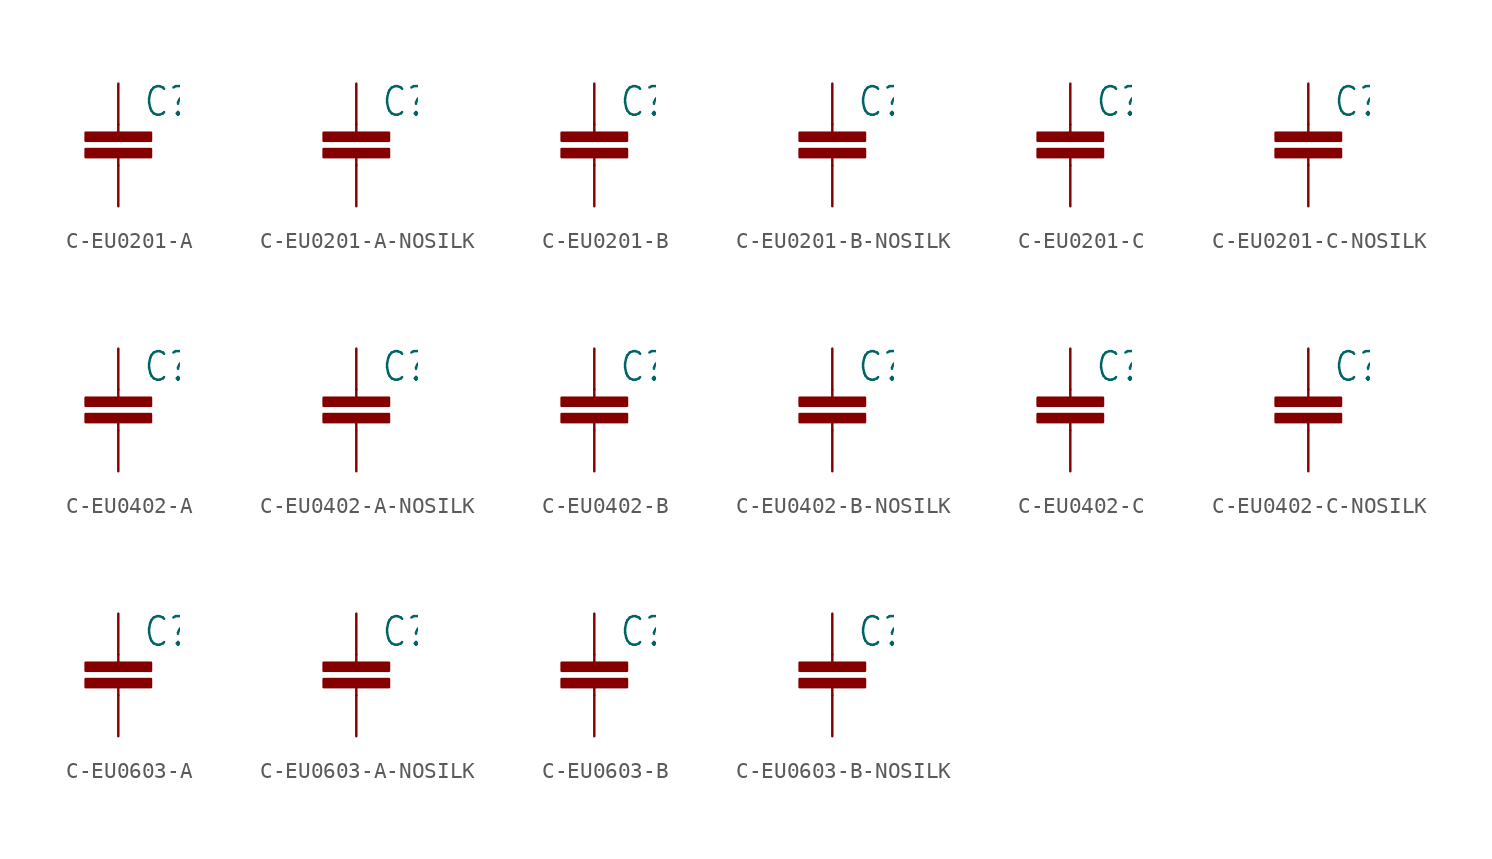
<source format=kicad_sym>
(kicad_symbol_lib
  (version 20241209)
  (generator "kicad_symbol_editor")
  (generator_version "9.0")
  (symbol "C-EU0201-A"
    (property "Reference" "C"
      (at 1.524 0.381 0)
      (effects (font (size 1.778 1.511)) (justify left bottom)))
    (property "Value" ""
      (at 1.524 -4.699 0)
      (effects (font (size 1.778 1.511)) (justify left bottom)))
    (property "ki_locked" ""
      (at 0 0 0)
      (effects (font (size 1.27 1.27))))
    (symbol "C-EU0201-A_1_0"
      (rectangle (start -2.032 -1.016) (end 2.032 -0.508) (stroke (width 0) (type default)) (fill (type outline)))
      (rectangle (start -2.032 -2.032) (end 2.032 -1.524) (stroke (width 0) (type default)) (fill (type outline)))
      (polyline (pts (xy 0 0) (xy 0 -0.508)) (stroke (width 0.152) (type solid)) (fill (type none)))
      (polyline (pts (xy 0 -2.54) (xy 0 -2.032)) (stroke (width 0.152) (type solid)) (fill (type none)))
      (pin passive line (at 0 2.54 270) (length 2.54) (name "1" (effects (font (size 0 0)))) (number "1" (effects (font (size 0 0)))))
      (pin passive line (at 0 -5.08 90) (length 2.54) (name "2" (effects (font (size 0 0)))) (number "2" (effects (font (size 0 0)))))))
  (symbol "C-EU0201-A-NOSILK"
    (property "Reference" "C"
      (at 1.524 0.381 0)
      (effects (font (size 1.778 1.511)) (justify left bottom)))
    (property "Value" ""
      (at 1.524 -4.699 0)
      (effects (font (size 1.778 1.511)) (justify left bottom)))
    (property "ki_locked" ""
      (at 0 0 0)
      (effects (font (size 1.27 1.27))))
    (symbol "C-EU0201-A-NOSILK_1_0"
      (rectangle (start -2.032 -1.016) (end 2.032 -0.508) (stroke (width 0) (type default)) (fill (type outline)))
      (rectangle (start -2.032 -2.032) (end 2.032 -1.524) (stroke (width 0) (type default)) (fill (type outline)))
      (polyline (pts (xy 0 0) (xy 0 -0.508)) (stroke (width 0.152) (type solid)) (fill (type none)))
      (polyline (pts (xy 0 -2.54) (xy 0 -2.032)) (stroke (width 0.152) (type solid)) (fill (type none)))
      (pin passive line (at 0 2.54 270) (length 2.54) (name "1" (effects (font (size 0 0)))) (number "1" (effects (font (size 0 0)))))
      (pin passive line (at 0 -5.08 90) (length 2.54) (name "2" (effects (font (size 0 0)))) (number "2" (effects (font (size 0 0)))))))
  (symbol "C-EU0201-B"
    (property "Reference" "C"
      (at 1.524 0.381 0)
      (effects (font (size 1.778 1.511)) (justify left bottom)))
    (property "Value" ""
      (at 1.524 -4.699 0)
      (effects (font (size 1.778 1.511)) (justify left bottom)))
    (property "ki_locked" ""
      (at 0 0 0)
      (effects (font (size 1.27 1.27))))
    (symbol "C-EU0201-B_1_0"
      (rectangle (start -2.032 -1.016) (end 2.032 -0.508) (stroke (width 0) (type default)) (fill (type outline)))
      (rectangle (start -2.032 -2.032) (end 2.032 -1.524) (stroke (width 0) (type default)) (fill (type outline)))
      (polyline (pts (xy 0 0) (xy 0 -0.508)) (stroke (width 0.152) (type solid)) (fill (type none)))
      (polyline (pts (xy 0 -2.54) (xy 0 -2.032)) (stroke (width 0.152) (type solid)) (fill (type none)))
      (pin passive line (at 0 2.54 270) (length 2.54) (name "1" (effects (font (size 0 0)))) (number "1" (effects (font (size 0 0)))))
      (pin passive line (at 0 -5.08 90) (length 2.54) (name "2" (effects (font (size 0 0)))) (number "2" (effects (font (size 0 0)))))))
  (symbol "C-EU0201-B-NOSILK"
    (property "Reference" "C"
      (at 1.524 0.381 0)
      (effects (font (size 1.778 1.511)) (justify left bottom)))
    (property "Value" ""
      (at 1.524 -4.699 0)
      (effects (font (size 1.778 1.511)) (justify left bottom)))
    (property "ki_locked" ""
      (at 0 0 0)
      (effects (font (size 1.27 1.27))))
    (symbol "C-EU0201-B-NOSILK_1_0"
      (rectangle (start -2.032 -1.016) (end 2.032 -0.508) (stroke (width 0) (type default)) (fill (type outline)))
      (rectangle (start -2.032 -2.032) (end 2.032 -1.524) (stroke (width 0) (type default)) (fill (type outline)))
      (polyline (pts (xy 0 0) (xy 0 -0.508)) (stroke (width 0.152) (type solid)) (fill (type none)))
      (polyline (pts (xy 0 -2.54) (xy 0 -2.032)) (stroke (width 0.152) (type solid)) (fill (type none)))
      (pin passive line (at 0 2.54 270) (length 2.54) (name "1" (effects (font (size 0 0)))) (number "1" (effects (font (size 0 0)))))
      (pin passive line (at 0 -5.08 90) (length 2.54) (name "2" (effects (font (size 0 0)))) (number "2" (effects (font (size 0 0)))))))
  (symbol "C-EU0201-C"
    (property "Reference" "C"
      (at 1.524 0.381 0)
      (effects (font (size 1.778 1.511)) (justify left bottom)))
    (property "Value" ""
      (at 1.524 -4.699 0)
      (effects (font (size 1.778 1.511)) (justify left bottom)))
    (property "ki_locked" ""
      (at 0 0 0)
      (effects (font (size 1.27 1.27))))
    (symbol "C-EU0201-C_1_0"
      (rectangle (start -2.032 -1.016) (end 2.032 -0.508) (stroke (width 0) (type default)) (fill (type outline)))
      (rectangle (start -2.032 -2.032) (end 2.032 -1.524) (stroke (width 0) (type default)) (fill (type outline)))
      (polyline (pts (xy 0 0) (xy 0 -0.508)) (stroke (width 0.152) (type solid)) (fill (type none)))
      (polyline (pts (xy 0 -2.54) (xy 0 -2.032)) (stroke (width 0.152) (type solid)) (fill (type none)))
      (pin passive line (at 0 2.54 270) (length 2.54) (name "1" (effects (font (size 0 0)))) (number "1" (effects (font (size 0 0)))))
      (pin passive line (at 0 -5.08 90) (length 2.54) (name "2" (effects (font (size 0 0)))) (number "2" (effects (font (size 0 0)))))))
  (symbol "C-EU0201-C-NOSILK"
    (property "Reference" "C"
      (at 1.524 0.381 0)
      (effects (font (size 1.778 1.511)) (justify left bottom)))
    (property "Value" ""
      (at 1.524 -4.699 0)
      (effects (font (size 1.778 1.511)) (justify left bottom)))
    (property "ki_locked" ""
      (at 0 0 0)
      (effects (font (size 1.27 1.27))))
    (symbol "C-EU0201-C-NOSILK_1_0"
      (rectangle (start -2.032 -1.016) (end 2.032 -0.508) (stroke (width 0) (type default)) (fill (type outline)))
      (rectangle (start -2.032 -2.032) (end 2.032 -1.524) (stroke (width 0) (type default)) (fill (type outline)))
      (polyline (pts (xy 0 0) (xy 0 -0.508)) (stroke (width 0.152) (type solid)) (fill (type none)))
      (polyline (pts (xy 0 -2.54) (xy 0 -2.032)) (stroke (width 0.152) (type solid)) (fill (type none)))
      (pin passive line (at 0 2.54 270) (length 2.54) (name "1" (effects (font (size 0 0)))) (number "1" (effects (font (size 0 0)))))
      (pin passive line (at 0 -5.08 90) (length 2.54) (name "2" (effects (font (size 0 0)))) (number "2" (effects (font (size 0 0)))))))
  (symbol "C-EU0402-A"
    (property "Reference" "C"
      (at 1.524 0.381 0)
      (effects (font (size 1.778 1.511)) (justify left bottom)))
    (property "Value" ""
      (at 1.524 -4.699 0)
      (effects (font (size 1.778 1.511)) (justify left bottom)))
    (property "ki_locked" ""
      (at 0 0 0)
      (effects (font (size 1.27 1.27))))
    (symbol "C-EU0402-A_1_0"
      (rectangle (start -2.032 -1.016) (end 2.032 -0.508) (stroke (width 0) (type default)) (fill (type outline)))
      (rectangle (start -2.032 -2.032) (end 2.032 -1.524) (stroke (width 0) (type default)) (fill (type outline)))
      (polyline (pts (xy 0 0) (xy 0 -0.508)) (stroke (width 0.152) (type solid)) (fill (type none)))
      (polyline (pts (xy 0 -2.54) (xy 0 -2.032)) (stroke (width 0.152) (type solid)) (fill (type none)))
      (pin passive line (at 0 2.54 270) (length 2.54) (name "1" (effects (font (size 0 0)))) (number "1" (effects (font (size 0 0)))))
      (pin passive line (at 0 -5.08 90) (length 2.54) (name "2" (effects (font (size 0 0)))) (number "2" (effects (font (size 0 0)))))))
  (symbol "C-EU0402-A-NOSILK"
    (property "Reference" "C"
      (at 1.524 0.381 0)
      (effects (font (size 1.778 1.511)) (justify left bottom)))
    (property "Value" ""
      (at 1.524 -4.699 0)
      (effects (font (size 1.778 1.511)) (justify left bottom)))
    (property "ki_locked" ""
      (at 0 0 0)
      (effects (font (size 1.27 1.27))))
    (symbol "C-EU0402-A-NOSILK_1_0"
      (rectangle (start -2.032 -1.016) (end 2.032 -0.508) (stroke (width 0) (type default)) (fill (type outline)))
      (rectangle (start -2.032 -2.032) (end 2.032 -1.524) (stroke (width 0) (type default)) (fill (type outline)))
      (polyline (pts (xy 0 0) (xy 0 -0.508)) (stroke (width 0.152) (type solid)) (fill (type none)))
      (polyline (pts (xy 0 -2.54) (xy 0 -2.032)) (stroke (width 0.152) (type solid)) (fill (type none)))
      (pin passive line (at 0 2.54 270) (length 2.54) (name "1" (effects (font (size 0 0)))) (number "1" (effects (font (size 0 0)))))
      (pin passive line (at 0 -5.08 90) (length 2.54) (name "2" (effects (font (size 0 0)))) (number "2" (effects (font (size 0 0)))))))
  (symbol "C-EU0402-B"
    (property "Reference" "C"
      (at 1.524 0.381 0)
      (effects (font (size 1.778 1.511)) (justify left bottom)))
    (property "Value" ""
      (at 1.524 -4.699 0)
      (effects (font (size 1.778 1.511)) (justify left bottom)))
    (property "ki_locked" ""
      (at 0 0 0)
      (effects (font (size 1.27 1.27))))
    (symbol "C-EU0402-B_1_0"
      (rectangle (start -2.032 -1.016) (end 2.032 -0.508) (stroke (width 0) (type default)) (fill (type outline)))
      (rectangle (start -2.032 -2.032) (end 2.032 -1.524) (stroke (width 0) (type default)) (fill (type outline)))
      (polyline (pts (xy 0 0) (xy 0 -0.508)) (stroke (width 0.152) (type solid)) (fill (type none)))
      (polyline (pts (xy 0 -2.54) (xy 0 -2.032)) (stroke (width 0.152) (type solid)) (fill (type none)))
      (pin passive line (at 0 2.54 270) (length 2.54) (name "1" (effects (font (size 0 0)))) (number "1" (effects (font (size 0 0)))))
      (pin passive line (at 0 -5.08 90) (length 2.54) (name "2" (effects (font (size 0 0)))) (number "2" (effects (font (size 0 0)))))))
  (symbol "C-EU0402-B-NOSILK"
    (property "Reference" "C"
      (at 1.524 0.381 0)
      (effects (font (size 1.778 1.511)) (justify left bottom)))
    (property "Value" ""
      (at 1.524 -4.699 0)
      (effects (font (size 1.778 1.511)) (justify left bottom)))
    (property "ki_locked" ""
      (at 0 0 0)
      (effects (font (size 1.27 1.27))))
    (symbol "C-EU0402-B-NOSILK_1_0"
      (rectangle (start -2.032 -1.016) (end 2.032 -0.508) (stroke (width 0) (type default)) (fill (type outline)))
      (rectangle (start -2.032 -2.032) (end 2.032 -1.524) (stroke (width 0) (type default)) (fill (type outline)))
      (polyline (pts (xy 0 0) (xy 0 -0.508)) (stroke (width 0.152) (type solid)) (fill (type none)))
      (polyline (pts (xy 0 -2.54) (xy 0 -2.032)) (stroke (width 0.152) (type solid)) (fill (type none)))
      (pin passive line (at 0 2.54 270) (length 2.54) (name "1" (effects (font (size 0 0)))) (number "1" (effects (font (size 0 0)))))
      (pin passive line (at 0 -5.08 90) (length 2.54) (name "2" (effects (font (size 0 0)))) (number "2" (effects (font (size 0 0)))))))
  (symbol "C-EU0402-C"
    (property "Reference" "C"
      (at 1.524 0.381 0)
      (effects (font (size 1.778 1.511)) (justify left bottom)))
    (property "Value" ""
      (at 1.524 -4.699 0)
      (effects (font (size 1.778 1.511)) (justify left bottom)))
    (property "ki_locked" ""
      (at 0 0 0)
      (effects (font (size 1.27 1.27))))
    (symbol "C-EU0402-C_1_0"
      (rectangle (start -2.032 -1.016) (end 2.032 -0.508) (stroke (width 0) (type default)) (fill (type outline)))
      (rectangle (start -2.032 -2.032) (end 2.032 -1.524) (stroke (width 0) (type default)) (fill (type outline)))
      (polyline (pts (xy 0 0) (xy 0 -0.508)) (stroke (width 0.152) (type solid)) (fill (type none)))
      (polyline (pts (xy 0 -2.54) (xy 0 -2.032)) (stroke (width 0.152) (type solid)) (fill (type none)))
      (pin passive line (at 0 2.54 270) (length 2.54) (name "1" (effects (font (size 0 0)))) (number "1" (effects (font (size 0 0)))))
      (pin passive line (at 0 -5.08 90) (length 2.54) (name "2" (effects (font (size 0 0)))) (number "2" (effects (font (size 0 0)))))))
  (symbol "C-EU0402-C-NOSILK"
    (property "Reference" "C"
      (at 1.524 0.381 0)
      (effects (font (size 1.778 1.511)) (justify left bottom)))
    (property "Value" ""
      (at 1.524 -4.699 0)
      (effects (font (size 1.778 1.511)) (justify left bottom)))
    (property "ki_locked" ""
      (at 0 0 0)
      (effects (font (size 1.27 1.27))))
    (symbol "C-EU0402-C-NOSILK_1_0"
      (rectangle (start -2.032 -1.016) (end 2.032 -0.508) (stroke (width 0) (type default)) (fill (type outline)))
      (rectangle (start -2.032 -2.032) (end 2.032 -1.524) (stroke (width 0) (type default)) (fill (type outline)))
      (polyline (pts (xy 0 0) (xy 0 -0.508)) (stroke (width 0.152) (type solid)) (fill (type none)))
      (polyline (pts (xy 0 -2.54) (xy 0 -2.032)) (stroke (width 0.152) (type solid)) (fill (type none)))
      (pin passive line (at 0 2.54 270) (length 2.54) (name "1" (effects (font (size 0 0)))) (number "1" (effects (font (size 0 0)))))
      (pin passive line (at 0 -5.08 90) (length 2.54) (name "2" (effects (font (size 0 0)))) (number "2" (effects (font (size 0 0)))))))
  (symbol "C-EU0603-A"
    (property "Reference" "C"
      (at 1.524 0.381 0)
      (effects (font (size 1.778 1.511)) (justify left bottom)))
    (property "Value" ""
      (at 1.524 -4.699 0)
      (effects (font (size 1.778 1.511)) (justify left bottom)))
    (property "ki_locked" ""
      (at 0 0 0)
      (effects (font (size 1.27 1.27))))
    (symbol "C-EU0603-A_1_0"
      (rectangle (start -2.032 -1.016) (end 2.032 -0.508) (stroke (width 0) (type default)) (fill (type outline)))
      (rectangle (start -2.032 -2.032) (end 2.032 -1.524) (stroke (width 0) (type default)) (fill (type outline)))
      (polyline (pts (xy 0 0) (xy 0 -0.508)) (stroke (width 0.152) (type solid)) (fill (type none)))
      (polyline (pts (xy 0 -2.54) (xy 0 -2.032)) (stroke (width 0.152) (type solid)) (fill (type none)))
      (pin passive line (at 0 2.54 270) (length 2.54) (name "1" (effects (font (size 0 0)))) (number "1" (effects (font (size 0 0)))))
      (pin passive line (at 0 -5.08 90) (length 2.54) (name "2" (effects (font (size 0 0)))) (number "2" (effects (font (size 0 0)))))))
  (symbol "C-EU0603-A-NOSILK"
    (property "Reference" "C"
      (at 1.524 0.381 0)
      (effects (font (size 1.778 1.511)) (justify left bottom)))
    (property "Value" ""
      (at 1.524 -4.699 0)
      (effects (font (size 1.778 1.511)) (justify left bottom)))
    (property "ki_locked" ""
      (at 0 0 0)
      (effects (font (size 1.27 1.27))))
    (symbol "C-EU0603-A-NOSILK_1_0"
      (rectangle (start -2.032 -1.016) (end 2.032 -0.508) (stroke (width 0) (type default)) (fill (type outline)))
      (rectangle (start -2.032 -2.032) (end 2.032 -1.524) (stroke (width 0) (type default)) (fill (type outline)))
      (polyline (pts (xy 0 0) (xy 0 -0.508)) (stroke (width 0.152) (type solid)) (fill (type none)))
      (polyline (pts (xy 0 -2.54) (xy 0 -2.032)) (stroke (width 0.152) (type solid)) (fill (type none)))
      (pin passive line (at 0 2.54 270) (length 2.54) (name "1" (effects (font (size 0 0)))) (number "1" (effects (font (size 0 0)))))
      (pin passive line (at 0 -5.08 90) (length 2.54) (name "2" (effects (font (size 0 0)))) (number "2" (effects (font (size 0 0)))))))
  (symbol "C-EU0603-B"
    (property "Reference" "C"
      (at 1.524 0.381 0)
      (effects (font (size 1.778 1.511)) (justify left bottom)))
    (property "Value" ""
      (at 1.524 -4.699 0)
      (effects (font (size 1.778 1.511)) (justify left bottom)))
    (property "ki_locked" ""
      (at 0 0 0)
      (effects (font (size 1.27 1.27))))
    (symbol "C-EU0603-B_1_0"
      (rectangle (start -2.032 -1.016) (end 2.032 -0.508) (stroke (width 0) (type default)) (fill (type outline)))
      (rectangle (start -2.032 -2.032) (end 2.032 -1.524) (stroke (width 0) (type default)) (fill (type outline)))
      (polyline (pts (xy 0 0) (xy 0 -0.508)) (stroke (width 0.152) (type solid)) (fill (type none)))
      (polyline (pts (xy 0 -2.54) (xy 0 -2.032)) (stroke (width 0.152) (type solid)) (fill (type none)))
      (pin passive line (at 0 2.54 270) (length 2.54) (name "1" (effects (font (size 0 0)))) (number "1" (effects (font (size 0 0)))))
      (pin passive line (at 0 -5.08 90) (length 2.54) (name "2" (effects (font (size 0 0)))) (number "2" (effects (font (size 0 0)))))))
  (symbol "C-EU0603-B-NOSILK"
    (property "Reference" "C"
      (at 1.524 0.381 0)
      (effects (font (size 1.778 1.511)) (justify left bottom)))
    (property "Value" ""
      (at 1.524 -4.699 0)
      (effects (font (size 1.778 1.511)) (justify left bottom)))
    (property "ki_locked" ""
      (at 0 0 0)
      (effects (font (size 1.27 1.27))))
    (symbol "C-EU0603-B-NOSILK_1_0"
      (rectangle (start -2.032 -1.016) (end 2.032 -0.508) (stroke (width 0) (type default)) (fill (type outline)))
      (rectangle (start -2.032 -2.032) (end 2.032 -1.524) (stroke (width 0) (type default)) (fill (type outline)))
      (polyline (pts (xy 0 0) (xy 0 -0.508)) (stroke (width 0.152) (type solid)) (fill (type none)))
      (polyline (pts (xy 0 -2.54) (xy 0 -2.032)) (stroke (width 0.152) (type solid)) (fill (type none)))
      (pin passive line (at 0 2.54 270) (length 2.54) (name "1" (effects (font (size 0 0)))) (number "1" (effects (font (size 0 0)))))
      (pin passive line (at 0 -5.08 90) (length 2.54) (name "2" (effects (font (size 0 0)))) (number "2" (effects (font (size 0 0))))))))
</source>
